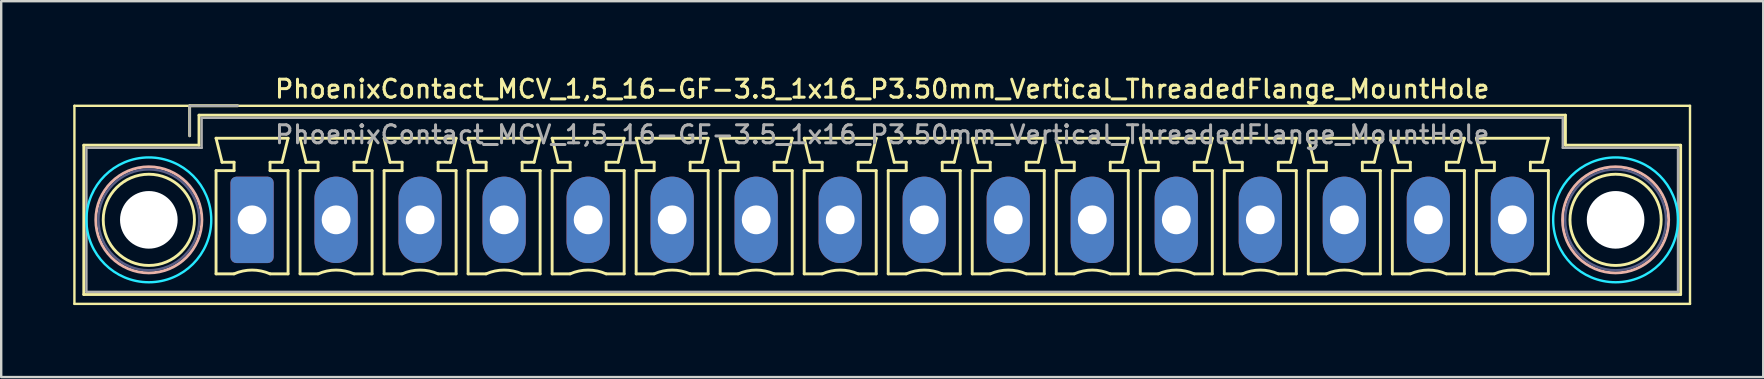
<source format=kicad_pcb>
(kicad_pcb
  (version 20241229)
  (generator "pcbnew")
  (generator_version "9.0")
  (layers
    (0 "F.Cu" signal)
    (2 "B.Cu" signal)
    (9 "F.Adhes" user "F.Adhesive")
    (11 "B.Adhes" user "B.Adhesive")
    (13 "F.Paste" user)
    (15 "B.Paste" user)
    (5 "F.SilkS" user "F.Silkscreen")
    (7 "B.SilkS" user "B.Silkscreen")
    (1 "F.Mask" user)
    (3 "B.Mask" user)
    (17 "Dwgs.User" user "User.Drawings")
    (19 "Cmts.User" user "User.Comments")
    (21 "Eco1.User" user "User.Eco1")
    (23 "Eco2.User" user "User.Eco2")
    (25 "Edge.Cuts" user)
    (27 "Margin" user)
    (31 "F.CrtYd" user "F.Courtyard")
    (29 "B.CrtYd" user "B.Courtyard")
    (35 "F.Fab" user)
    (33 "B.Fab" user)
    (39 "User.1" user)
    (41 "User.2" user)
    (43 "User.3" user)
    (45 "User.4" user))
  (footprint "PhoenixContact_MCV_1,5_16-GF-3.5_1x16_P3.50mm_Vertical_ThreadedFlange_MountHole"
    (layer "F.Cu")
    (at 7.45 6.108)
    (property "Reference" "PhoenixContact_MCV_1,5_16-GF-3.5_1x16_P3.50mm_Vertical_ThreadedFlange_MountHole" (at 26.25 -5.45 0) (layer "F.SilkS") (effects (font (size 0.75 0.75) (thickness 0.125))))
    (attr through_hole)
    (fp_line (start -7.4 -4.75) (end -7.4 3.5) (stroke (width 0.1) (type solid)) (layer "F.SilkS"))
    (fp_line (start -7.4 3.5) (end 59.9 3.5) (stroke (width 0.1) (type solid)) (layer "F.SilkS"))
    (fp_line (start -7.01 -3.11) (end -7.01 3.11) (stroke (width 0.12) (type solid)) (layer "F.SilkS"))
    (fp_line (start -7.01 3.11) (end 59.51 3.11) (stroke (width 0.12) (type solid)) (layer "F.SilkS"))
    (fp_line (start -2.6 -4.75) (end -0.6 -4.75) (stroke (width 0.12) (type solid)) (layer "F.SilkS"))
    (fp_line (start -2.6 -3.5) (end -2.6 -4.75) (stroke (width 0.12) (type solid)) (layer "F.SilkS"))
    (fp_line (start -2.21 -4.36) (end -2.21 -3.11) (stroke (width 0.12) (type solid)) (layer "F.SilkS"))
    (fp_line (start -2.21 -3.11) (end -7.01 -3.11) (stroke (width 0.12) (type solid)) (layer "F.SilkS"))
    (fp_line (start -1.5 -3.4) (end 1.5 -3.4) (stroke (width 0.12) (type solid)) (layer "F.SilkS"))
    (fp_line (start -1.5 -2.05) (end -0.75 -2.05) (stroke (width 0.12) (type solid)) (layer "F.SilkS"))
    (fp_line (start -1.5 2.25) (end -1.5 -2.05) (stroke (width 0.12) (type solid)) (layer "F.SilkS"))
    (fp_line (start -1.25 -2.4) (end -1.5 -3.4) (stroke (width 0.12) (type solid)) (layer "F.SilkS"))
    (fp_line (start -0.75 -2.4) (end -1.25 -2.4) (stroke (width 0.12) (type solid)) (layer "F.SilkS"))
    (fp_line (start -0.75 -2.05) (end -0.75 -2.4) (stroke (width 0.12) (type solid)) (layer "F.SilkS"))
    (fp_line (start -0.75 2.25) (end -1.5 2.25) (stroke (width 0.12) (type solid)) (layer "F.SilkS"))
    (fp_line (start 0.75 -2.4) (end 0.75 -2.05) (stroke (width 0.12) (type solid)) (layer "F.SilkS"))
    (fp_line (start 0.75 -2.05) (end 1.5 -2.05) (stroke (width 0.12) (type solid)) (layer "F.SilkS"))
    (fp_line (start 1.25 -2.4) (end 0.75 -2.4) (stroke (width 0.12) (type solid)) (layer "F.SilkS"))
    (fp_line (start 1.5 -3.4) (end 1.25 -2.4) (stroke (width 0.12) (type solid)) (layer "F.SilkS"))
    (fp_line (start 1.5 -2.05) (end 1.5 2.25) (stroke (width 0.12) (type solid)) (layer "F.SilkS"))
    (fp_line (start 1.5 2.25) (end 0.75 2.25) (stroke (width 0.12) (type solid)) (layer "F.SilkS"))
    (fp_line (start 2 -3.4) (end 5 -3.4) (stroke (width 0.12) (type solid)) (layer "F.SilkS"))
    (fp_line (start 2 -2.05) (end 2.75 -2.05) (stroke (width 0.12) (type solid)) (layer "F.SilkS"))
    (fp_line (start 2 2.25) (end 2 -2.05) (stroke (width 0.12) (type solid)) (layer "F.SilkS"))
    (fp_line (start 2.25 -2.4) (end 2 -3.4) (stroke (width 0.12) (type solid)) (layer "F.SilkS"))
    (fp_line (start 2.75 -2.4) (end 2.25 -2.4) (stroke (width 0.12) (type solid)) (layer "F.SilkS"))
    (fp_line (start 2.75 -2.05) (end 2.75 -2.4) (stroke (width 0.12) (type solid)) (layer "F.SilkS"))
    (fp_line (start 2.75 2.25) (end 2 2.25) (stroke (width 0.12) (type solid)) (layer "F.SilkS"))
    (fp_line (start 4.25 -2.4) (end 4.25 -2.05) (stroke (width 0.12) (type solid)) (layer "F.SilkS"))
    (fp_line (start 4.25 -2.05) (end 5 -2.05) (stroke (width 0.12) (type solid)) (layer "F.SilkS"))
    (fp_line (start 4.75 -2.4) (end 4.25 -2.4) (stroke (width 0.12) (type solid)) (layer "F.SilkS"))
    (fp_line (start 5 -3.4) (end 4.75 -2.4) (stroke (width 0.12) (type solid)) (layer "F.SilkS"))
    (fp_line (start 5 -2.05) (end 5 2.25) (stroke (width 0.12) (type solid)) (layer "F.SilkS"))
    (fp_line (start 5 2.25) (end 4.25 2.25) (stroke (width 0.12) (type solid)) (layer "F.SilkS"))
    (fp_line (start 5.5 -3.4) (end 8.5 -3.4) (stroke (width 0.12) (type solid)) (layer "F.SilkS"))
    (fp_line (start 5.5 -2.05) (end 6.25 -2.05) (stroke (width 0.12) (type solid)) (layer "F.SilkS"))
    (fp_line (start 5.5 2.25) (end 5.5 -2.05) (stroke (width 0.12) (type solid)) (layer "F.SilkS"))
    (fp_line (start 5.75 -2.4) (end 5.5 -3.4) (stroke (width 0.12) (type solid)) (layer "F.SilkS"))
    (fp_line (start 6.25 -2.4) (end 5.75 -2.4) (stroke (width 0.12) (type solid)) (layer "F.SilkS"))
    (fp_line (start 6.25 -2.05) (end 6.25 -2.4) (stroke (width 0.12) (type solid)) (layer "F.SilkS"))
    (fp_line (start 6.25 2.25) (end 5.5 2.25) (stroke (width 0.12) (type solid)) (layer "F.SilkS"))
    (fp_line (start 7.75 -2.4) (end 7.75 -2.05) (stroke (width 0.12) (type solid)) (layer "F.SilkS"))
    (fp_line (start 7.75 -2.05) (end 8.5 -2.05) (stroke (width 0.12) (type solid)) (layer "F.SilkS"))
    (fp_line (start 8.25 -2.4) (end 7.75 -2.4) (stroke (width 0.12) (type solid)) (layer "F.SilkS"))
    (fp_line (start 8.5 -3.4) (end 8.25 -2.4) (stroke (width 0.12) (type solid)) (layer "F.SilkS"))
    (fp_line (start 8.5 -2.05) (end 8.5 2.25) (stroke (width 0.12) (type solid)) (layer "F.SilkS"))
    (fp_line (start 8.5 2.25) (end 7.75 2.25) (stroke (width 0.12) (type solid)) (layer "F.SilkS"))
    (fp_line (start 9 -3.4) (end 12 -3.4) (stroke (width 0.12) (type solid)) (layer "F.SilkS"))
    (fp_line (start 9 -2.05) (end 9.75 -2.05) (stroke (width 0.12) (type solid)) (layer "F.SilkS"))
    (fp_line (start 9 2.25) (end 9 -2.05) (stroke (width 0.12) (type solid)) (layer "F.SilkS"))
    (fp_line (start 9.25 -2.4) (end 9 -3.4) (stroke (width 0.12) (type solid)) (layer "F.SilkS"))
    (fp_line (start 9.75 -2.4) (end 9.25 -2.4) (stroke (width 0.12) (type solid)) (layer "F.SilkS"))
    (fp_line (start 9.75 -2.05) (end 9.75 -2.4) (stroke (width 0.12) (type solid)) (layer "F.SilkS"))
    (fp_line (start 9.75 2.25) (end 9 2.25) (stroke (width 0.12) (type solid)) (layer "F.SilkS"))
    (fp_line (start 11.25 -2.4) (end 11.25 -2.05) (stroke (width 0.12) (type solid)) (layer "F.SilkS"))
    (fp_line (start 11.25 -2.05) (end 12 -2.05) (stroke (width 0.12) (type solid)) (layer "F.SilkS"))
    (fp_line (start 11.75 -2.4) (end 11.25 -2.4) (stroke (width 0.12) (type solid)) (layer "F.SilkS"))
    (fp_line (start 12 -3.4) (end 11.75 -2.4) (stroke (width 0.12) (type solid)) (layer "F.SilkS"))
    (fp_line (start 12 -2.05) (end 12 2.25) (stroke (width 0.12) (type solid)) (layer "F.SilkS"))
    (fp_line (start 12 2.25) (end 11.25 2.25) (stroke (width 0.12) (type solid)) (layer "F.SilkS"))
    (fp_line (start 12.5 -3.4) (end 15.5 -3.4) (stroke (width 0.12) (type solid)) (layer "F.SilkS"))
    (fp_line (start 12.5 -2.05) (end 13.25 -2.05) (stroke (width 0.12) (type solid)) (layer "F.SilkS"))
    (fp_line (start 12.5 2.25) (end 12.5 -2.05) (stroke (width 0.12) (type solid)) (layer "F.SilkS"))
    (fp_line (start 12.75 -2.4) (end 12.5 -3.4) (stroke (width 0.12) (type solid)) (layer "F.SilkS"))
    (fp_line (start 13.25 -2.4) (end 12.75 -2.4) (stroke (width 0.12) (type solid)) (layer "F.SilkS"))
    (fp_line (start 13.25 -2.05) (end 13.25 -2.4) (stroke (width 0.12) (type solid)) (layer "F.SilkS"))
    (fp_line (start 13.25 2.25) (end 12.5 2.25) (stroke (width 0.12) (type solid)) (layer "F.SilkS"))
    (fp_line (start 14.75 -2.4) (end 14.75 -2.05) (stroke (width 0.12) (type solid)) (layer "F.SilkS"))
    (fp_line (start 14.75 -2.05) (end 15.5 -2.05) (stroke (width 0.12) (type solid)) (layer "F.SilkS"))
    (fp_line (start 15.25 -2.4) (end 14.75 -2.4) (stroke (width 0.12) (type solid)) (layer "F.SilkS"))
    (fp_line (start 15.5 -3.4) (end 15.25 -2.4) (stroke (width 0.12) (type solid)) (layer "F.SilkS"))
    (fp_line (start 15.5 -2.05) (end 15.5 2.25) (stroke (width 0.12) (type solid)) (layer "F.SilkS"))
    (fp_line (start 15.5 2.25) (end 14.75 2.25) (stroke (width 0.12) (type solid)) (layer "F.SilkS"))
    (fp_line (start 16 -3.4) (end 19 -3.4) (stroke (width 0.12) (type solid)) (layer "F.SilkS"))
    (fp_line (start 16 -2.05) (end 16.75 -2.05) (stroke (width 0.12) (type solid)) (layer "F.SilkS"))
    (fp_line (start 16 2.25) (end 16 -2.05) (stroke (width 0.12) (type solid)) (layer "F.SilkS"))
    (fp_line (start 16.25 -2.4) (end 16 -3.4) (stroke (width 0.12) (type solid)) (layer "F.SilkS"))
    (fp_line (start 16.75 -2.4) (end 16.25 -2.4) (stroke (width 0.12) (type solid)) (layer "F.SilkS"))
    (fp_line (start 16.75 -2.05) (end 16.75 -2.4) (stroke (width 0.12) (type solid)) (layer "F.SilkS"))
    (fp_line (start 16.75 2.25) (end 16 2.25) (stroke (width 0.12) (type solid)) (layer "F.SilkS"))
    (fp_line (start 18.25 -2.4) (end 18.25 -2.05) (stroke (width 0.12) (type solid)) (layer "F.SilkS"))
    (fp_line (start 18.25 -2.05) (end 19 -2.05) (stroke (width 0.12) (type solid)) (layer "F.SilkS"))
    (fp_line (start 18.75 -2.4) (end 18.25 -2.4) (stroke (width 0.12) (type solid)) (layer "F.SilkS"))
    (fp_line (start 19 -3.4) (end 18.75 -2.4) (stroke (width 0.12) (type solid)) (layer "F.SilkS"))
    (fp_line (start 19 -2.05) (end 19 2.25) (stroke (width 0.12) (type solid)) (layer "F.SilkS"))
    (fp_line (start 19 2.25) (end 18.25 2.25) (stroke (width 0.12) (type solid)) (layer "F.SilkS"))
    (fp_line (start 19.5 -3.4) (end 22.5 -3.4) (stroke (width 0.12) (type solid)) (layer "F.SilkS"))
    (fp_line (start 19.5 -2.05) (end 20.25 -2.05) (stroke (width 0.12) (type solid)) (layer "F.SilkS"))
    (fp_line (start 19.5 2.25) (end 19.5 -2.05) (stroke (width 0.12) (type solid)) (layer "F.SilkS"))
    (fp_line (start 19.75 -2.4) (end 19.5 -3.4) (stroke (width 0.12) (type solid)) (layer "F.SilkS"))
    (fp_line (start 20.25 -2.4) (end 19.75 -2.4) (stroke (width 0.12) (type solid)) (layer "F.SilkS"))
    (fp_line (start 20.25 -2.05) (end 20.25 -2.4) (stroke (width 0.12) (type solid)) (layer "F.SilkS"))
    (fp_line (start 20.25 2.25) (end 19.5 2.25) (stroke (width 0.12) (type solid)) (layer "F.SilkS"))
    (fp_line (start 21.75 -2.4) (end 21.75 -2.05) (stroke (width 0.12) (type solid)) (layer "F.SilkS"))
    (fp_line (start 21.75 -2.05) (end 22.5 -2.05) (stroke (width 0.12) (type solid)) (layer "F.SilkS"))
    (fp_line (start 22.25 -2.4) (end 21.75 -2.4) (stroke (width 0.12) (type solid)) (layer "F.SilkS"))
    (fp_line (start 22.5 -3.4) (end 22.25 -2.4) (stroke (width 0.12) (type solid)) (layer "F.SilkS"))
    (fp_line (start 22.5 -2.05) (end 22.5 2.25) (stroke (width 0.12) (type solid)) (layer "F.SilkS"))
    (fp_line (start 22.5 2.25) (end 21.75 2.25) (stroke (width 0.12) (type solid)) (layer "F.SilkS"))
    (fp_line (start 23 -3.4) (end 26 -3.4) (stroke (width 0.12) (type solid)) (layer "F.SilkS"))
    (fp_line (start 23 -2.05) (end 23.75 -2.05) (stroke (width 0.12) (type solid)) (layer "F.SilkS"))
    (fp_line (start 23 2.25) (end 23 -2.05) (stroke (width 0.12) (type solid)) (layer "F.SilkS"))
    (fp_line (start 23.25 -2.4) (end 23 -3.4) (stroke (width 0.12) (type solid)) (layer "F.SilkS"))
    (fp_line (start 23.75 -2.4) (end 23.25 -2.4) (stroke (width 0.12) (type solid)) (layer "F.SilkS"))
    (fp_line (start 23.75 -2.05) (end 23.75 -2.4) (stroke (width 0.12) (type solid)) (layer "F.SilkS"))
    (fp_line (start 23.75 2.25) (end 23 2.25) (stroke (width 0.12) (type solid)) (layer "F.SilkS"))
    (fp_line (start 25.25 -2.4) (end 25.25 -2.05) (stroke (width 0.12) (type solid)) (layer "F.SilkS"))
    (fp_line (start 25.25 -2.05) (end 26 -2.05) (stroke (width 0.12) (type solid)) (layer "F.SilkS"))
    (fp_line (start 25.75 -2.4) (end 25.25 -2.4) (stroke (width 0.12) (type solid)) (layer "F.SilkS"))
    (fp_line (start 26 -3.4) (end 25.75 -2.4) (stroke (width 0.12) (type solid)) (layer "F.SilkS"))
    (fp_line (start 26 -2.05) (end 26 2.25) (stroke (width 0.12) (type solid)) (layer "F.SilkS"))
    (fp_line (start 26 2.25) (end 25.25 2.25) (stroke (width 0.12) (type solid)) (layer "F.SilkS"))
    (fp_line (start 26.5 -3.4) (end 29.5 -3.4) (stroke (width 0.12) (type solid)) (layer "F.SilkS"))
    (fp_line (start 26.5 -2.05) (end 27.25 -2.05) (stroke (width 0.12) (type solid)) (layer "F.SilkS"))
    (fp_line (start 26.5 2.25) (end 26.5 -2.05) (stroke (width 0.12) (type solid)) (layer "F.SilkS"))
    (fp_line (start 26.75 -2.4) (end 26.5 -3.4) (stroke (width 0.12) (type solid)) (layer "F.SilkS"))
    (fp_line (start 27.25 -2.4) (end 26.75 -2.4) (stroke (width 0.12) (type solid)) (layer "F.SilkS"))
    (fp_line (start 27.25 -2.05) (end 27.25 -2.4) (stroke (width 0.12) (type solid)) (layer "F.SilkS"))
    (fp_line (start 27.25 2.25) (end 26.5 2.25) (stroke (width 0.12) (type solid)) (layer "F.SilkS"))
    (fp_line (start 28.75 -2.4) (end 28.75 -2.05) (stroke (width 0.12) (type solid)) (layer "F.SilkS"))
    (fp_line (start 28.75 -2.05) (end 29.5 -2.05) (stroke (width 0.12) (type solid)) (layer "F.SilkS"))
    (fp_line (start 29.25 -2.4) (end 28.75 -2.4) (stroke (width 0.12) (type solid)) (layer "F.SilkS"))
    (fp_line (start 29.5 -3.4) (end 29.25 -2.4) (stroke (width 0.12) (type solid)) (layer "F.SilkS"))
    (fp_line (start 29.5 -2.05) (end 29.5 2.25) (stroke (width 0.12) (type solid)) (layer "F.SilkS"))
    (fp_line (start 29.5 2.25) (end 28.75 2.25) (stroke (width 0.12) (type solid)) (layer "F.SilkS"))
    (fp_line (start 30 -3.4) (end 33 -3.4) (stroke (width 0.12) (type solid)) (layer "F.SilkS"))
    (fp_line (start 30 -2.05) (end 30.75 -2.05) (stroke (width 0.12) (type solid)) (layer "F.SilkS"))
    (fp_line (start 30 2.25) (end 30 -2.05) (stroke (width 0.12) (type solid)) (layer "F.SilkS"))
    (fp_line (start 30.25 -2.4) (end 30 -3.4) (stroke (width 0.12) (type solid)) (layer "F.SilkS"))
    (fp_line (start 30.75 -2.4) (end 30.25 -2.4) (stroke (width 0.12) (type solid)) (layer "F.SilkS"))
    (fp_line (start 30.75 -2.05) (end 30.75 -2.4) (stroke (width 0.12) (type solid)) (layer "F.SilkS"))
    (fp_line (start 30.75 2.25) (end 30 2.25) (stroke (width 0.12) (type solid)) (layer "F.SilkS"))
    (fp_line (start 32.25 -2.4) (end 32.25 -2.05) (stroke (width 0.12) (type solid)) (layer "F.SilkS"))
    (fp_line (start 32.25 -2.05) (end 33 -2.05) (stroke (width 0.12) (type solid)) (layer "F.SilkS"))
    (fp_line (start 32.75 -2.4) (end 32.25 -2.4) (stroke (width 0.12) (type solid)) (layer "F.SilkS"))
    (fp_line (start 33 -3.4) (end 32.75 -2.4) (stroke (width 0.12) (type solid)) (layer "F.SilkS"))
    (fp_line (start 33 -2.05) (end 33 2.25) (stroke (width 0.12) (type solid)) (layer "F.SilkS"))
    (fp_line (start 33 2.25) (end 32.25 2.25) (stroke (width 0.12) (type solid)) (layer "F.SilkS"))
    (fp_line (start 33.5 -3.4) (end 36.5 -3.4) (stroke (width 0.12) (type solid)) (layer "F.SilkS"))
    (fp_line (start 33.5 -2.05) (end 34.25 -2.05) (stroke (width 0.12) (type solid)) (layer "F.SilkS"))
    (fp_line (start 33.5 2.25) (end 33.5 -2.05) (stroke (width 0.12) (type solid)) (layer "F.SilkS"))
    (fp_line (start 33.75 -2.4) (end 33.5 -3.4) (stroke (width 0.12) (type solid)) (layer "F.SilkS"))
    (fp_line (start 34.25 -2.4) (end 33.75 -2.4) (stroke (width 0.12) (type solid)) (layer "F.SilkS"))
    (fp_line (start 34.25 -2.05) (end 34.25 -2.4) (stroke (width 0.12) (type solid)) (layer "F.SilkS"))
    (fp_line (start 34.25 2.25) (end 33.5 2.25) (stroke (width 0.12) (type solid)) (layer "F.SilkS"))
    (fp_line (start 35.75 -2.4) (end 35.75 -2.05) (stroke (width 0.12) (type solid)) (layer "F.SilkS"))
    (fp_line (start 35.75 -2.05) (end 36.5 -2.05) (stroke (width 0.12) (type solid)) (layer "F.SilkS"))
    (fp_line (start 36.25 -2.4) (end 35.75 -2.4) (stroke (width 0.12) (type solid)) (layer "F.SilkS"))
    (fp_line (start 36.5 -3.4) (end 36.25 -2.4) (stroke (width 0.12) (type solid)) (layer "F.SilkS"))
    (fp_line (start 36.5 -2.05) (end 36.5 2.25) (stroke (width 0.12) (type solid)) (layer "F.SilkS"))
    (fp_line (start 36.5 2.25) (end 35.75 2.25) (stroke (width 0.12) (type solid)) (layer "F.SilkS"))
    (fp_line (start 37 -3.4) (end 40 -3.4) (stroke (width 0.12) (type solid)) (layer "F.SilkS"))
    (fp_line (start 37 -2.05) (end 37.75 -2.05) (stroke (width 0.12) (type solid)) (layer "F.SilkS"))
    (fp_line (start 37 2.25) (end 37 -2.05) (stroke (width 0.12) (type solid)) (layer "F.SilkS"))
    (fp_line (start 37.25 -2.4) (end 37 -3.4) (stroke (width 0.12) (type solid)) (layer "F.SilkS"))
    (fp_line (start 37.75 -2.4) (end 37.25 -2.4) (stroke (width 0.12) (type solid)) (layer "F.SilkS"))
    (fp_line (start 37.75 -2.05) (end 37.75 -2.4) (stroke (width 0.12) (type solid)) (layer "F.SilkS"))
    (fp_line (start 37.75 2.25) (end 37 2.25) (stroke (width 0.12) (type solid)) (layer "F.SilkS"))
    (fp_line (start 39.25 -2.4) (end 39.25 -2.05) (stroke (width 0.12) (type solid)) (layer "F.SilkS"))
    (fp_line (start 39.25 -2.05) (end 40 -2.05) (stroke (width 0.12) (type solid)) (layer "F.SilkS"))
    (fp_line (start 39.75 -2.4) (end 39.25 -2.4) (stroke (width 0.12) (type solid)) (layer "F.SilkS"))
    (fp_line (start 40 -3.4) (end 39.75 -2.4) (stroke (width 0.12) (type solid)) (layer "F.SilkS"))
    (fp_line (start 40 -2.05) (end 40 2.25) (stroke (width 0.12) (type solid)) (layer "F.SilkS"))
    (fp_line (start 40 2.25) (end 39.25 2.25) (stroke (width 0.12) (type solid)) (layer "F.SilkS"))
    (fp_line (start 40.5 -3.4) (end 43.5 -3.4) (stroke (width 0.12) (type solid)) (layer "F.SilkS"))
    (fp_line (start 40.5 -2.05) (end 41.25 -2.05) (stroke (width 0.12) (type solid)) (layer "F.SilkS"))
    (fp_line (start 40.5 2.25) (end 40.5 -2.05) (stroke (width 0.12) (type solid)) (layer "F.SilkS"))
    (fp_line (start 40.75 -2.4) (end 40.5 -3.4) (stroke (width 0.12) (type solid)) (layer "F.SilkS"))
    (fp_line (start 41.25 -2.4) (end 40.75 -2.4) (stroke (width 0.12) (type solid)) (layer "F.SilkS"))
    (fp_line (start 41.25 -2.05) (end 41.25 -2.4) (stroke (width 0.12) (type solid)) (layer "F.SilkS"))
    (fp_line (start 41.25 2.25) (end 40.5 2.25) (stroke (width 0.12) (type solid)) (layer "F.SilkS"))
    (fp_line (start 42.75 -2.4) (end 42.75 -2.05) (stroke (width 0.12) (type solid)) (layer "F.SilkS"))
    (fp_line (start 42.75 -2.05) (end 43.5 -2.05) (stroke (width 0.12) (type solid)) (layer "F.SilkS"))
    (fp_line (start 43.25 -2.4) (end 42.75 -2.4) (stroke (width 0.12) (type solid)) (layer "F.SilkS"))
    (fp_line (start 43.5 -3.4) (end 43.25 -2.4) (stroke (width 0.12) (type solid)) (layer "F.SilkS"))
    (fp_line (start 43.5 -2.05) (end 43.5 2.25) (stroke (width 0.12) (type solid)) (layer "F.SilkS"))
    (fp_line (start 43.5 2.25) (end 42.75 2.25) (stroke (width 0.12) (type solid)) (layer "F.SilkS"))
    (fp_line (start 44 -3.4) (end 47 -3.4) (stroke (width 0.12) (type solid)) (layer "F.SilkS"))
    (fp_line (start 44 -2.05) (end 44.75 -2.05) (stroke (width 0.12) (type solid)) (layer "F.SilkS"))
    (fp_line (start 44 2.25) (end 44 -2.05) (stroke (width 0.12) (type solid)) (layer "F.SilkS"))
    (fp_line (start 44.25 -2.4) (end 44 -3.4) (stroke (width 0.12) (type solid)) (layer "F.SilkS"))
    (fp_line (start 44.75 -2.4) (end 44.25 -2.4) (stroke (width 0.12) (type solid)) (layer "F.SilkS"))
    (fp_line (start 44.75 -2.05) (end 44.75 -2.4) (stroke (width 0.12) (type solid)) (layer "F.SilkS"))
    (fp_line (start 44.75 2.25) (end 44 2.25) (stroke (width 0.12) (type solid)) (layer "F.SilkS"))
    (fp_line (start 46.25 -2.4) (end 46.25 -2.05) (stroke (width 0.12) (type solid)) (layer "F.SilkS"))
    (fp_line (start 46.25 -2.05) (end 47 -2.05) (stroke (width 0.12) (type solid)) (layer "F.SilkS"))
    (fp_line (start 46.75 -2.4) (end 46.25 -2.4) (stroke (width 0.12) (type solid)) (layer "F.SilkS"))
    (fp_line (start 47 -3.4) (end 46.75 -2.4) (stroke (width 0.12) (type solid)) (layer "F.SilkS"))
    (fp_line (start 47 -2.05) (end 47 2.25) (stroke (width 0.12) (type solid)) (layer "F.SilkS"))
    (fp_line (start 47 2.25) (end 46.25 2.25) (stroke (width 0.12) (type solid)) (layer "F.SilkS"))
    (fp_line (start 47.5 -3.4) (end 50.5 -3.4) (stroke (width 0.12) (type solid)) (layer "F.SilkS"))
    (fp_line (start 47.5 -2.05) (end 48.25 -2.05) (stroke (width 0.12) (type solid)) (layer "F.SilkS"))
    (fp_line (start 47.5 2.25) (end 47.5 -2.05) (stroke (width 0.12) (type solid)) (layer "F.SilkS"))
    (fp_line (start 47.75 -2.4) (end 47.5 -3.4) (stroke (width 0.12) (type solid)) (layer "F.SilkS"))
    (fp_line (start 48.25 -2.4) (end 47.75 -2.4) (stroke (width 0.12) (type solid)) (layer "F.SilkS"))
    (fp_line (start 48.25 -2.05) (end 48.25 -2.4) (stroke (width 0.12) (type solid)) (layer "F.SilkS"))
    (fp_line (start 48.25 2.25) (end 47.5 2.25) (stroke (width 0.12) (type solid)) (layer "F.SilkS"))
    (fp_line (start 49.75 -2.4) (end 49.75 -2.05) (stroke (width 0.12) (type solid)) (layer "F.SilkS"))
    (fp_line (start 49.75 -2.05) (end 50.5 -2.05) (stroke (width 0.12) (type solid)) (layer "F.SilkS"))
    (fp_line (start 50.25 -2.4) (end 49.75 -2.4) (stroke (width 0.12) (type solid)) (layer "F.SilkS"))
    (fp_line (start 50.5 -3.4) (end 50.25 -2.4) (stroke (width 0.12) (type solid)) (layer "F.SilkS"))
    (fp_line (start 50.5 -2.05) (end 50.5 2.25) (stroke (width 0.12) (type solid)) (layer "F.SilkS"))
    (fp_line (start 50.5 2.25) (end 49.75 2.25) (stroke (width 0.12) (type solid)) (layer "F.SilkS"))
    (fp_line (start 51 -3.4) (end 54 -3.4) (stroke (width 0.12) (type solid)) (layer "F.SilkS"))
    (fp_line (start 51 -2.05) (end 51.75 -2.05) (stroke (width 0.12) (type solid)) (layer "F.SilkS"))
    (fp_line (start 51 2.25) (end 51 -2.05) (stroke (width 0.12) (type solid)) (layer "F.SilkS"))
    (fp_line (start 51.25 -2.4) (end 51 -3.4) (stroke (width 0.12) (type solid)) (layer "F.SilkS"))
    (fp_line (start 51.75 -2.4) (end 51.25 -2.4) (stroke (width 0.12) (type solid)) (layer "F.SilkS"))
    (fp_line (start 51.75 -2.05) (end 51.75 -2.4) (stroke (width 0.12) (type solid)) (layer "F.SilkS"))
    (fp_line (start 51.75 2.25) (end 51 2.25) (stroke (width 0.12) (type solid)) (layer "F.SilkS"))
    (fp_line (start 53.25 -2.4) (end 53.25 -2.05) (stroke (width 0.12) (type solid)) (layer "F.SilkS"))
    (fp_line (start 53.25 -2.05) (end 54 -2.05) (stroke (width 0.12) (type solid)) (layer "F.SilkS"))
    (fp_line (start 53.75 -2.4) (end 53.25 -2.4) (stroke (width 0.12) (type solid)) (layer "F.SilkS"))
    (fp_line (start 54 -3.4) (end 53.75 -2.4) (stroke (width 0.12) (type solid)) (layer "F.SilkS"))
    (fp_line (start 54 -2.05) (end 54 2.25) (stroke (width 0.12) (type solid)) (layer "F.SilkS"))
    (fp_line (start 54 2.25) (end 53.25 2.25) (stroke (width 0.12) (type solid)) (layer "F.SilkS"))
    (fp_line (start 54.71 -4.36) (end -2.21 -4.36) (stroke (width 0.12) (type solid)) (layer "F.SilkS"))
    (fp_line (start 54.71 -3.11) (end 54.71 -4.36) (stroke (width 0.12) (type solid)) (layer "F.SilkS"))
    (fp_line (start 59.51 -3.11) (end 54.71 -3.11) (stroke (width 0.12) (type solid)) (layer "F.SilkS"))
    (fp_line (start 59.51 3.11) (end 59.51 -3.11) (stroke (width 0.12) (type solid)) (layer "F.SilkS"))
    (fp_line (start 59.9 -4.75) (end -7.4 -4.75) (stroke (width 0.1) (type solid)) (layer "F.SilkS"))
    (fp_line (start 59.9 3.5) (end 59.9 -4.75) (stroke (width 0.1) (type solid)) (layer "F.SilkS"))
    (fp_arc (start -0.75 2.25) (mid -0.000193 2.09191) (end 0.749647 2.249844) (stroke (width 0.12) (type solid)) (layer "F.SilkS"))
    (fp_arc (start 2.75 2.25) (mid 3.499807 2.09191) (end 4.249647 2.249844) (stroke (width 0.12) (type solid)) (layer "F.SilkS"))
    (fp_arc (start 6.25 2.25) (mid 6.999807 2.09191) (end 7.749647 2.249844) (stroke (width 0.12) (type solid)) (layer "F.SilkS"))
    (fp_arc (start 9.75 2.25) (mid 10.499807 2.09191) (end 11.249647 2.249844) (stroke (width 0.12) (type solid)) (layer "F.SilkS"))
    (fp_arc (start 13.25 2.25) (mid 13.999807 2.09191) (end 14.749647 2.249844) (stroke (width 0.12) (type solid)) (layer "F.SilkS"))
    (fp_arc (start 16.75 2.25) (mid 17.499807 2.09191) (end 18.249647 2.249844) (stroke (width 0.12) (type solid)) (layer "F.SilkS"))
    (fp_arc (start 20.25 2.25) (mid 20.999807 2.09191) (end 21.749647 2.249844) (stroke (width 0.12) (type solid)) (layer "F.SilkS"))
    (fp_arc (start 23.75 2.25) (mid 24.499807 2.09191) (end 25.249647 2.249844) (stroke (width 0.12) (type solid)) (layer "F.SilkS"))
    (fp_arc (start 27.25 2.25) (mid 27.999807 2.09191) (end 28.749647 2.249844) (stroke (width 0.12) (type solid)) (layer "F.SilkS"))
    (fp_arc (start 30.75 2.25) (mid 31.499807 2.09191) (end 32.249647 2.249844) (stroke (width 0.12) (type solid)) (layer "F.SilkS"))
    (fp_arc (start 34.25 2.25) (mid 34.999807 2.09191) (end 35.749647 2.249844) (stroke (width 0.12) (type solid)) (layer "F.SilkS"))
    (fp_arc (start 37.75 2.25) (mid 38.499807 2.09191) (end 39.249647 2.249844) (stroke (width 0.12) (type solid)) (layer "F.SilkS"))
    (fp_arc (start 41.25 2.25) (mid 41.999807 2.09191) (end 42.749647 2.249844) (stroke (width 0.12) (type solid)) (layer "F.SilkS"))
    (fp_arc (start 44.75 2.25) (mid 45.499807 2.09191) (end 46.249647 2.249844) (stroke (width 0.12) (type solid)) (layer "F.SilkS"))
    (fp_arc (start 48.25 2.25) (mid 48.999807 2.09191) (end 49.749647 2.249844) (stroke (width 0.12) (type solid)) (layer "F.SilkS"))
    (fp_arc (start 51.75 2.25) (mid 52.499807 2.09191) (end 53.249647 2.249844) (stroke (width 0.12) (type solid)) (layer "F.SilkS"))
    (fp_circle (center -4.3 0) (end -2.4 0) (stroke (width 0.12) (type solid)) (fill no) (layer "F.SilkS"))
    (fp_circle (center 56.8 0) (end 58.7 0) (stroke (width 0.12) (type solid)) (fill no) (layer "F.SilkS"))
    (fp_circle (center -4.3 0) (end -2.09 0) (stroke (width 0.12) (type solid)) (fill no) (layer "B.SilkS"))
    (fp_circle (center 56.8 0) (end 59.01 0) (stroke (width 0.12) (type solid)) (fill no) (layer "B.SilkS"))
    (fp_circle (center -4.3 0) (end -1.7 0) (stroke (width 0.1) (type solid)) (fill no) (layer "B.CrtYd"))
    (fp_circle (center 56.8 0) (end 59.4 0) (stroke (width 0.1) (type solid)) (fill no) (layer "B.CrtYd"))
    (fp_circle (center -4.3 0) (end -2.2 0) (stroke (width 0.1) (type solid)) (fill no) (layer "B.Fab"))
    (fp_circle (center 56.8 0) (end 58.9 0) (stroke (width 0.1) (type solid)) (fill no) (layer "B.Fab"))
    (fp_line (start -6.9 -3) (end -6.9 3) (stroke (width 0.1) (type solid)) (layer "F.Fab"))
    (fp_line (start -6.9 3) (end 59.4 3) (stroke (width 0.1) (type solid)) (layer "F.Fab"))
    (fp_line (start -2.6 -4.75) (end -0.6 -4.75) (stroke (width 0.1) (type solid)) (layer "F.Fab"))
    (fp_line (start -2.6 -3.5) (end -2.6 -4.75) (stroke (width 0.1) (type solid)) (layer "F.Fab"))
    (fp_line (start -2.1 -4.25) (end -2.1 -3) (stroke (width 0.1) (type solid)) (layer "F.Fab"))
    (fp_line (start -2.1 -3) (end -6.9 -3) (stroke (width 0.1) (type solid)) (layer "F.Fab"))
    (fp_line (start 54.6 -4.25) (end -2.1 -4.25) (stroke (width 0.1) (type solid)) (layer "F.Fab"))
    (fp_line (start 54.6 -3) (end 54.6 -4.25) (stroke (width 0.1) (type solid)) (layer "F.Fab"))
    (fp_line (start 59.4 -3) (end 54.6 -3) (stroke (width 0.1) (type solid)) (layer "F.Fab"))
    (fp_line (start 59.4 3) (end 59.4 -3) (stroke (width 0.1) (type solid)) (layer "F.Fab"))
    (fp_text user "${REFERENCE}" (at 26.25 -3.55 0) (layer "F.Fab") (effects (font (size 0.75 0.75) (thickness 0.125))))
    (pad "" np_thru_hole circle (at -4.3 0) (size 2.4 2.4) (drill 2.4) (layers "*.Cu" "*.Mask"))
    (pad "" np_thru_hole circle (at 56.8 0) (size 2.4 2.4) (drill 2.4) (layers "*.Cu" "*.Mask"))
    (pad "1" thru_hole roundrect (at 0 0) (size 1.8 3.6) (drill 1.2) (layers "*.Cu" "*.Mask") (roundrect_rratio 0.139))
    (pad "2" thru_hole oval (at 3.5 0) (size 1.8 3.6) (drill 1.2) (layers "*.Cu" "*.Mask"))
    (pad "3" thru_hole oval (at 7 0) (size 1.8 3.6) (drill 1.2) (layers "*.Cu" "*.Mask"))
    (pad "4" thru_hole oval (at 10.5 0) (size 1.8 3.6) (drill 1.2) (layers "*.Cu" "*.Mask"))
    (pad "5" thru_hole oval (at 14 0) (size 1.8 3.6) (drill 1.2) (layers "*.Cu" "*.Mask"))
    (pad "6" thru_hole oval (at 17.5 0) (size 1.8 3.6) (drill 1.2) (layers "*.Cu" "*.Mask"))
    (pad "7" thru_hole oval (at 21 0) (size 1.8 3.6) (drill 1.2) (layers "*.Cu" "*.Mask"))
    (pad "8" thru_hole oval (at 24.5 0) (size 1.8 3.6) (drill 1.2) (layers "*.Cu" "*.Mask"))
    (pad "9" thru_hole oval (at 28 0) (size 1.8 3.6) (drill 1.2) (layers "*.Cu" "*.Mask"))
    (pad "10" thru_hole oval (at 31.5 0) (size 1.8 3.6) (drill 1.2) (layers "*.Cu" "*.Mask"))
    (pad "11" thru_hole oval (at 35 0) (size 1.8 3.6) (drill 1.2) (layers "*.Cu" "*.Mask"))
    (pad "12" thru_hole oval (at 38.5 0) (size 1.8 3.6) (drill 1.2) (layers "*.Cu" "*.Mask"))
    (pad "13" thru_hole oval (at 42 0) (size 1.8 3.6) (drill 1.2) (layers "*.Cu" "*.Mask"))
    (pad "14" thru_hole oval (at 45.5 0) (size 1.8 3.6) (drill 1.2) (layers "*.Cu" "*.Mask"))
    (pad "15" thru_hole oval (at 49 0) (size 1.8 3.6) (drill 1.2) (layers "*.Cu" "*.Mask"))
    (pad "16" thru_hole oval (at 52.5 0) (size 1.8 3.6) (drill 1.2) (layers "*.Cu" "*.Mask")))
  (gr_rect
    (start -3 -3)
    (end 70.4 12.658)
    (stroke (width 0.1) (type default))
    (fill no)
    (layer "Edge.Cuts")))
</source>
